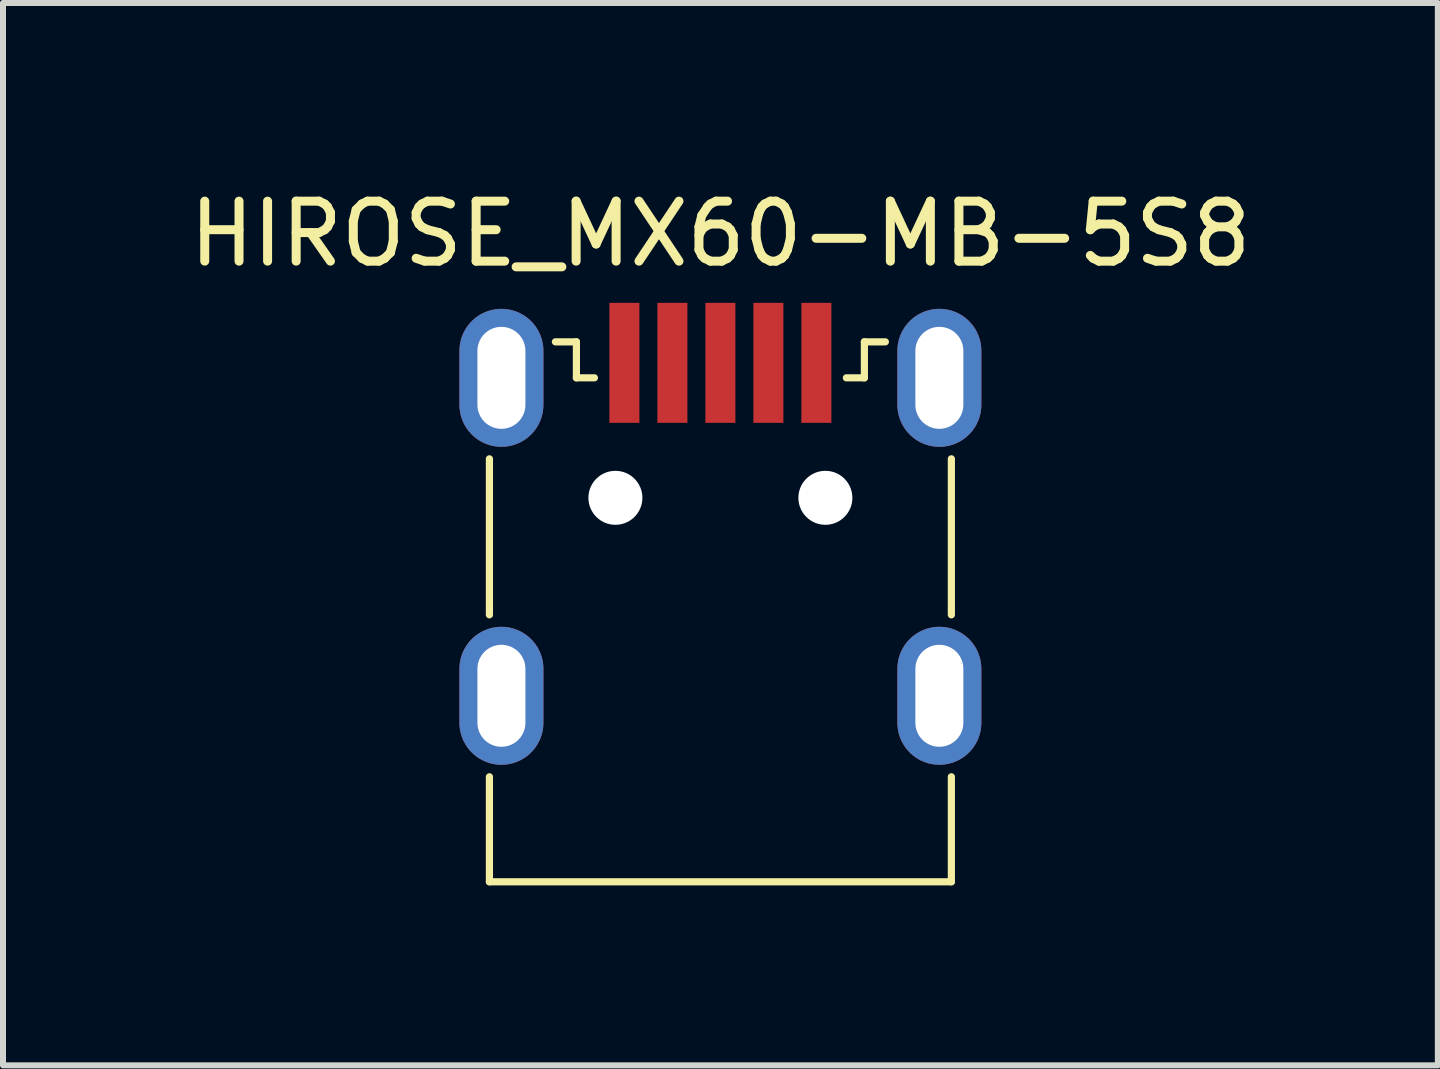
<source format=kicad_pcb>
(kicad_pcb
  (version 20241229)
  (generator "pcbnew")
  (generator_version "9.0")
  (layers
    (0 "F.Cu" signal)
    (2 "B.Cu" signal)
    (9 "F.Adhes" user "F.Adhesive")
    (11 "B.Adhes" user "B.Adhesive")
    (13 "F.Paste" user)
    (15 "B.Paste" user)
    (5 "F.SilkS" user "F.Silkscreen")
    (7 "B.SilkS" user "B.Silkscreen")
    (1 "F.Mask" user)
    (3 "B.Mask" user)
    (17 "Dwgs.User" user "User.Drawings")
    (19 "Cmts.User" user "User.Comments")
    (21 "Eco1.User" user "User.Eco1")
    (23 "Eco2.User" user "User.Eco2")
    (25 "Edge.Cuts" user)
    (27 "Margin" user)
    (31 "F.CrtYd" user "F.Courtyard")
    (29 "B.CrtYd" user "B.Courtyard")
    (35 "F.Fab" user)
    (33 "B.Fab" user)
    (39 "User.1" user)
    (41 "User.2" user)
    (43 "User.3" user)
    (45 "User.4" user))
  (footprint "HIROSE_MX60-MB-5S8"
    (layer "F.Cu")
    (at 8.958 5.248)
    (property "Reference" "HIROSE_MX60-MB-5S8" (at 0 -4.4 0) (layer "F.SilkS") (effects (font (size 1 1) (thickness 0.15))))
    (attr through_hole)
    (fp_line (start -3.85 1.95) (end -3.85 -0.65) (stroke (width 0.12) (type solid)) (layer "F.SilkS"))
    (fp_line (start -3.85 6.4) (end -3.85 4.65) (stroke (width 0.12) (type solid)) (layer "F.SilkS"))
    (fp_line (start -3.85 6.4) (end 3.85 6.4) (stroke (width 0.12) (type solid)) (layer "F.SilkS"))
    (fp_line (start -2.75 -2.6) (end -2.4 -2.6) (stroke (width 0.12) (type solid)) (layer "F.SilkS"))
    (fp_line (start -2.4 -2.6) (end -2.4 -2) (stroke (width 0.12) (type solid)) (layer "F.SilkS"))
    (fp_line (start -2.4 -2) (end -2.1 -2) (stroke (width 0.12) (type solid)) (layer "F.SilkS"))
    (fp_line (start 2.4 -2) (end 2.1 -2) (stroke (width 0.12) (type solid)) (layer "F.SilkS"))
    (fp_line (start 2.4 -2) (end 2.4 -2.6) (stroke (width 0.12) (type solid)) (layer "F.SilkS"))
    (fp_line (start 2.75 -2.6) (end 2.4 -2.6) (stroke (width 0.12) (type solid)) (layer "F.SilkS"))
    (fp_line (start 3.85 1.95) (end 3.85 -0.65) (stroke (width 0.12) (type solid)) (layer "F.SilkS"))
    (fp_line (start 3.85 6.4) (end 3.85 4.65) (stroke (width 0.12) (type solid)) (layer "F.SilkS"))
    (pad "" np_thru_hole circle (at -1.75 0) (size 0.9 0.9) (drill 0.9) (layers "*.Cu" "*.Mask"))
    (pad "" np_thru_hole circle (at 1.75 0) (size 0.9 0.9) (drill 0.9) (layers "*.Cu" "*.Mask"))
    (pad "1" smd rect (at -1.6 -2.25) (size 0.5 2) (layers "F.Cu" "F.Mask" "F.Paste"))
    (pad "2" smd rect (at -0.8 -2.25) (size 0.5 2) (layers "F.Cu" "F.Mask" "F.Paste"))
    (pad "3" smd rect (at 0 -2.25) (size 0.5 2) (layers "F.Cu" "F.Mask" "F.Paste"))
    (pad "4" smd rect (at 0.8 -2.25) (size 0.5 2) (layers "F.Cu" "F.Mask" "F.Paste"))
    (pad "5" smd rect (at 1.6 -2.25) (size 0.5 2) (layers "F.Cu" "F.Mask" "F.Paste"))
    (pad "6" thru_hole oval (at -3.65 -2) (size 1.4 2.3) (drill oval 0.8 1.7) (layers "*.Cu" "*.Mask"))
    (pad "6" thru_hole oval (at -3.65 3.3) (size 1.4 2.3) (drill oval 0.8 1.7) (layers "*.Cu" "*.Mask"))
    (pad "6" thru_hole oval (at 3.65 -2) (size 1.4 2.3) (drill oval 0.8 1.7) (layers "*.Cu" "*.Mask"))
    (pad "6" thru_hole oval (at 3.65 3.3) (size 1.4 2.3) (drill oval 0.8 1.7) (layers "*.Cu" "*.Mask")))
  (gr_rect
    (start -3 -3)
    (end 20.917 14.708)
    (stroke (width 0.1) (type default))
    (fill no)
    (layer "Edge.Cuts")))
</source>
